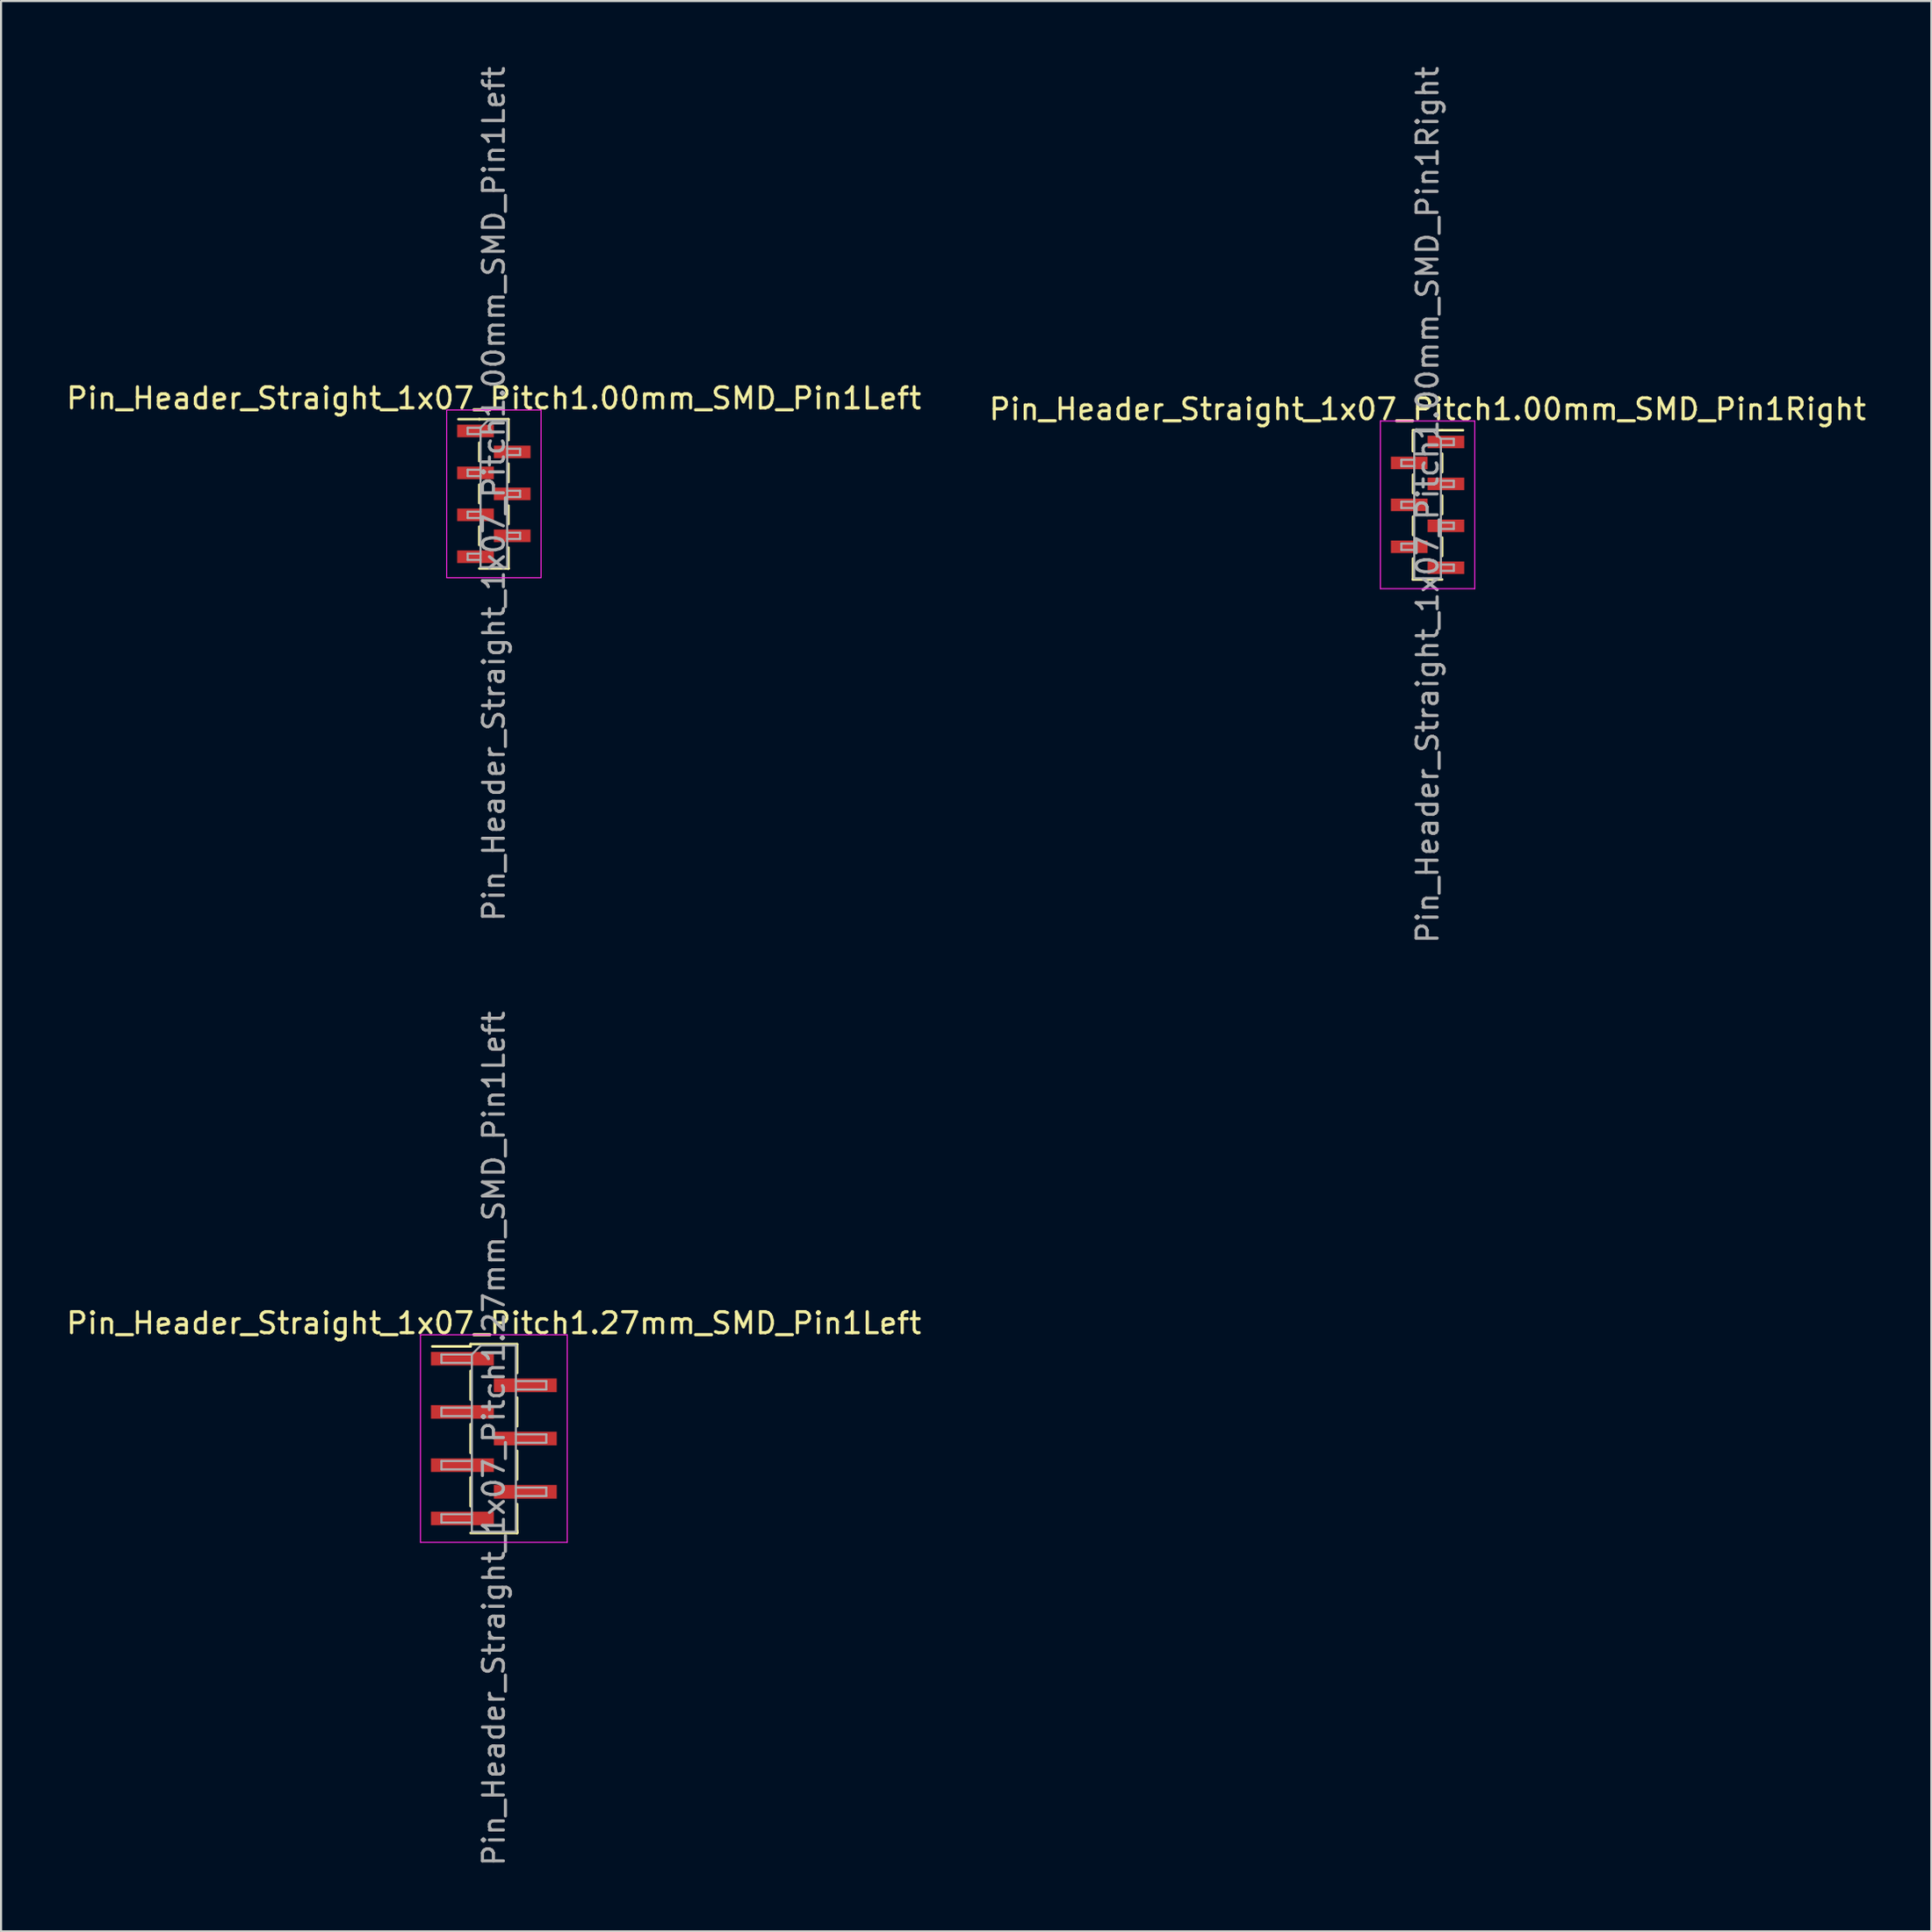
<source format=kicad_pcb>
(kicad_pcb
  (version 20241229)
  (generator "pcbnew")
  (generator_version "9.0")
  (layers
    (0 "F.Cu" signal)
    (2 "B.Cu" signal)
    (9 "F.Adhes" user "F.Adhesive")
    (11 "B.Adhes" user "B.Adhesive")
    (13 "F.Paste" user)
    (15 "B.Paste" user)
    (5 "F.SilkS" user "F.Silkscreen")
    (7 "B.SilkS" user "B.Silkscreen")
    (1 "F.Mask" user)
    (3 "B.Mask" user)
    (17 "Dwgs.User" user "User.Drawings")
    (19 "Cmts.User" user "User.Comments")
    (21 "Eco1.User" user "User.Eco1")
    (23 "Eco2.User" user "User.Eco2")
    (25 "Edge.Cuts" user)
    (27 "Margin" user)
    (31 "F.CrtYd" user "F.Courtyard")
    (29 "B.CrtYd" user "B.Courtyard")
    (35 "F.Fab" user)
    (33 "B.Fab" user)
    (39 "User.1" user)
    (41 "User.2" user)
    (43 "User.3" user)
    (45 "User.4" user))
  (footprint "Pin_Header_Straight_1x07_Pitch1.00mm_SMD_Pin1Right"
    (layer "F.Cu")
    (at 65.042 21.03)
    (property "Reference" "Pin_Header_Straight_1x07_Pitch1.00mm_SMD_Pin1Right" (at 0 -4.56 0) (layer "F.SilkS") (effects (font (size 1 1) (thickness 0.15))))
    (attr smd)
    (fp_line (start -0.695 -3.56) (end -0.695 -2.56) (stroke (width 0.12) (type solid)) (layer "F.SilkS"))
    (fp_line (start -0.695 -3.56) (end 0.695 -3.56) (stroke (width 0.12) (type solid)) (layer "F.SilkS"))
    (fp_line (start -0.695 -3.44) (end -0.695 -2.56) (stroke (width 0.12) (type solid)) (layer "F.SilkS"))
    (fp_line (start -0.695 -1.44) (end -0.695 -0.56) (stroke (width 0.12) (type solid)) (layer "F.SilkS"))
    (fp_line (start -0.695 0.56) (end -0.695 1.44) (stroke (width 0.12) (type solid)) (layer "F.SilkS"))
    (fp_line (start -0.695 2.56) (end -0.695 3.56) (stroke (width 0.12) (type solid)) (layer "F.SilkS"))
    (fp_line (start -0.695 3.56) (end -0.695 3.56) (stroke (width 0.12) (type solid)) (layer "F.SilkS"))
    (fp_line (start -0.695 3.56) (end 0.695 3.56) (stroke (width 0.12) (type solid)) (layer "F.SilkS"))
    (fp_line (start 0.695 -3.56) (end 0.695 -3.56) (stroke (width 0.12) (type solid)) (layer "F.SilkS"))
    (fp_line (start 0.695 -3.56) (end 1.69 -3.56) (stroke (width 0.12) (type solid)) (layer "F.SilkS"))
    (fp_line (start 0.695 -2.44) (end 0.695 -1.56) (stroke (width 0.12) (type solid)) (layer "F.SilkS"))
    (fp_line (start 0.695 -0.44) (end 0.695 0.44) (stroke (width 0.12) (type solid)) (layer "F.SilkS"))
    (fp_line (start 0.695 1.56) (end 0.695 2.44) (stroke (width 0.12) (type solid)) (layer "F.SilkS"))
    (fp_line (start -2.25 -4) (end -2.25 4) (stroke (width 0.05) (type solid)) (layer "F.CrtYd"))
    (fp_line (start -2.25 4) (end 2.25 4) (stroke (width 0.05) (type solid)) (layer "F.CrtYd"))
    (fp_line (start 2.25 -4) (end -2.25 -4) (stroke (width 0.05) (type solid)) (layer "F.CrtYd"))
    (fp_line (start 2.25 4) (end 2.25 -4) (stroke (width 0.05) (type solid)) (layer "F.CrtYd"))
    (fp_line (start -1.25 -2.15) (end -1.25 -1.85) (stroke (width 0.1) (type solid)) (layer "F.Fab"))
    (fp_line (start -1.25 -1.85) (end -0.635 -1.85) (stroke (width 0.1) (type solid)) (layer "F.Fab"))
    (fp_line (start -1.25 -0.15) (end -1.25 0.15) (stroke (width 0.1) (type solid)) (layer "F.Fab"))
    (fp_line (start -1.25 0.15) (end -0.635 0.15) (stroke (width 0.1) (type solid)) (layer "F.Fab"))
    (fp_line (start -1.25 1.85) (end -1.25 2.15) (stroke (width 0.1) (type solid)) (layer "F.Fab"))
    (fp_line (start -1.25 2.15) (end -0.635 2.15) (stroke (width 0.1) (type solid)) (layer "F.Fab"))
    (fp_line (start -0.635 -3.5) (end -0.635 3.5) (stroke (width 0.1) (type solid)) (layer "F.Fab"))
    (fp_line (start -0.635 -3.5) (end 0.285 -3.5) (stroke (width 0.1) (type solid)) (layer "F.Fab"))
    (fp_line (start -0.635 -2.15) (end -1.25 -2.15) (stroke (width 0.1) (type solid)) (layer "F.Fab"))
    (fp_line (start -0.635 -0.15) (end -1.25 -0.15) (stroke (width 0.1) (type solid)) (layer "F.Fab"))
    (fp_line (start -0.635 1.85) (end -1.25 1.85) (stroke (width 0.1) (type solid)) (layer "F.Fab"))
    (fp_line (start 0.635 -3.15) (end 0.285 -3.5) (stroke (width 0.1) (type solid)) (layer "F.Fab"))
    (fp_line (start 0.635 -3.15) (end 1.25 -3.15) (stroke (width 0.1) (type solid)) (layer "F.Fab"))
    (fp_line (start 0.635 -1.15) (end 1.25 -1.15) (stroke (width 0.1) (type solid)) (layer "F.Fab"))
    (fp_line (start 0.635 0.85) (end 1.25 0.85) (stroke (width 0.1) (type solid)) (layer "F.Fab"))
    (fp_line (start 0.635 2.85) (end 1.25 2.85) (stroke (width 0.1) (type solid)) (layer "F.Fab"))
    (fp_line (start 0.635 3.5) (end -0.635 3.5) (stroke (width 0.1) (type solid)) (layer "F.Fab"))
    (fp_line (start 0.635 3.5) (end 0.635 -3.15) (stroke (width 0.1) (type solid)) (layer "F.Fab"))
    (fp_line (start 1.25 -3.15) (end 1.25 -2.85) (stroke (width 0.1) (type solid)) (layer "F.Fab"))
    (fp_line (start 1.25 -2.85) (end 0.635 -2.85) (stroke (width 0.1) (type solid)) (layer "F.Fab"))
    (fp_line (start 1.25 -1.15) (end 1.25 -0.85) (stroke (width 0.1) (type solid)) (layer "F.Fab"))
    (fp_line (start 1.25 -0.85) (end 0.635 -0.85) (stroke (width 0.1) (type solid)) (layer "F.Fab"))
    (fp_line (start 1.25 0.85) (end 1.25 1.15) (stroke (width 0.1) (type solid)) (layer "F.Fab"))
    (fp_line (start 1.25 1.15) (end 0.635 1.15) (stroke (width 0.1) (type solid)) (layer "F.Fab"))
    (fp_line (start 1.25 2.85) (end 1.25 3.15) (stroke (width 0.1) (type solid)) (layer "F.Fab"))
    (fp_line (start 1.25 3.15) (end 0.635 3.15) (stroke (width 0.1) (type solid)) (layer "F.Fab"))
    (fp_text user "${REFERENCE}" (at 0 0 90) (layer "F.Fab") (effects (font (size 1 1) (thickness 0.15))))
    (pad "1" smd rect (at 0.875 -3) (size 1.75 0.6) (layers "F.Cu" "F.Mask" "F.Paste"))
    (pad "2" smd rect (at -0.875 -2) (size 1.75 0.6) (layers "F.Cu" "F.Mask" "F.Paste"))
    (pad "3" smd rect (at 0.875 -1) (size 1.75 0.6) (layers "F.Cu" "F.Mask" "F.Paste"))
    (pad "4" smd rect (at -0.875 0) (size 1.75 0.6) (layers "F.Cu" "F.Mask" "F.Paste"))
    (pad "5" smd rect (at 0.875 1) (size 1.75 0.6) (layers "F.Cu" "F.Mask" "F.Paste"))
    (pad "6" smd rect (at -0.875 2) (size 1.75 0.6) (layers "F.Cu" "F.Mask" "F.Paste"))
    (pad "7" smd rect (at 0.875 3) (size 1.75 0.6) (layers "F.Cu" "F.Mask" "F.Paste")))
  (footprint "Pin_Header_Straight_1x07_Pitch1.27mm_SMD_Pin1Left"
    (layer "F.Cu")
    (at 20.506 65.565)
    (property "Reference" "Pin_Header_Straight_1x07_Pitch1.27mm_SMD_Pin1Left" (at 0 -5.505 0) (layer "F.SilkS") (effects (font (size 1 1) (thickness 0.15))))
    (attr smd)
    (fp_line (start -1.11 -4.505) (end -1.11 -4.395) (stroke (width 0.12) (type solid)) (layer "F.SilkS"))
    (fp_line (start -1.11 -4.505) (end 1.11 -4.505) (stroke (width 0.12) (type solid)) (layer "F.SilkS"))
    (fp_line (start -1.11 -4.395) (end -2.94 -4.395) (stroke (width 0.12) (type solid)) (layer "F.SilkS"))
    (fp_line (start -1.11 -3.225) (end -1.11 -1.855) (stroke (width 0.12) (type solid)) (layer "F.SilkS"))
    (fp_line (start -1.11 -0.685) (end -1.11 0.685) (stroke (width 0.12) (type solid)) (layer "F.SilkS"))
    (fp_line (start -1.11 1.855) (end -1.11 3.225) (stroke (width 0.12) (type solid)) (layer "F.SilkS"))
    (fp_line (start -1.11 4.505) (end 1.11 4.505) (stroke (width 0.12) (type solid)) (layer "F.SilkS"))
    (fp_line (start 1.11 -4.495) (end 1.11 -3.125) (stroke (width 0.12) (type solid)) (layer "F.SilkS"))
    (fp_line (start 1.11 -1.955) (end 1.11 -0.585) (stroke (width 0.12) (type solid)) (layer "F.SilkS"))
    (fp_line (start 1.11 0.585) (end 1.11 1.955) (stroke (width 0.12) (type solid)) (layer "F.SilkS"))
    (fp_line (start 1.11 3.125) (end 1.11 4.495) (stroke (width 0.12) (type solid)) (layer "F.SilkS"))
    (fp_line (start 1.11 4.395) (end 1.11 4.505) (stroke (width 0.12) (type solid)) (layer "F.SilkS"))
    (fp_line (start -3.5 -4.95) (end -3.5 4.95) (stroke (width 0.05) (type solid)) (layer "F.CrtYd"))
    (fp_line (start -3.5 4.95) (end 3.5 4.95) (stroke (width 0.05) (type solid)) (layer "F.CrtYd"))
    (fp_line (start 3.5 -4.95) (end -3.5 -4.95) (stroke (width 0.05) (type solid)) (layer "F.CrtYd"))
    (fp_line (start 3.5 4.95) (end 3.5 -4.95) (stroke (width 0.05) (type solid)) (layer "F.CrtYd"))
    (fp_line (start -2.5 -4.01) (end -2.5 -3.61) (stroke (width 0.1) (type solid)) (layer "F.Fab"))
    (fp_line (start -2.5 -3.61) (end -1.05 -3.61) (stroke (width 0.1) (type solid)) (layer "F.Fab"))
    (fp_line (start -2.5 -1.47) (end -2.5 -1.07) (stroke (width 0.1) (type solid)) (layer "F.Fab"))
    (fp_line (start -2.5 -1.07) (end -1.05 -1.07) (stroke (width 0.1) (type solid)) (layer "F.Fab"))
    (fp_line (start -2.5 1.07) (end -2.5 1.47) (stroke (width 0.1) (type solid)) (layer "F.Fab"))
    (fp_line (start -2.5 1.47) (end -1.05 1.47) (stroke (width 0.1) (type solid)) (layer "F.Fab"))
    (fp_line (start -2.5 3.61) (end -2.5 4.01) (stroke (width 0.1) (type solid)) (layer "F.Fab"))
    (fp_line (start -2.5 4.01) (end -1.05 4.01) (stroke (width 0.1) (type solid)) (layer "F.Fab"))
    (fp_line (start -1.05 -4.01) (end -2.5 -4.01) (stroke (width 0.1) (type solid)) (layer "F.Fab"))
    (fp_line (start -1.05 -4.01) (end -0.615 -4.445) (stroke (width 0.1) (type solid)) (layer "F.Fab"))
    (fp_line (start -1.05 -1.47) (end -2.5 -1.47) (stroke (width 0.1) (type solid)) (layer "F.Fab"))
    (fp_line (start -1.05 1.07) (end -2.5 1.07) (stroke (width 0.1) (type solid)) (layer "F.Fab"))
    (fp_line (start -1.05 3.61) (end -2.5 3.61) (stroke (width 0.1) (type solid)) (layer "F.Fab"))
    (fp_line (start -1.05 4.445) (end -1.05 -4.01) (stroke (width 0.1) (type solid)) (layer "F.Fab"))
    (fp_line (start -0.615 -4.445) (end 1.05 -4.445) (stroke (width 0.1) (type solid)) (layer "F.Fab"))
    (fp_line (start 1.05 -4.445) (end 1.05 4.445) (stroke (width 0.1) (type solid)) (layer "F.Fab"))
    (fp_line (start 1.05 -2.74) (end 2.5 -2.74) (stroke (width 0.1) (type solid)) (layer "F.Fab"))
    (fp_line (start 1.05 -0.2) (end 2.5 -0.2) (stroke (width 0.1) (type solid)) (layer "F.Fab"))
    (fp_line (start 1.05 2.34) (end 2.5 2.34) (stroke (width 0.1) (type solid)) (layer "F.Fab"))
    (fp_line (start 1.05 4.445) (end -1.05 4.445) (stroke (width 0.1) (type solid)) (layer "F.Fab"))
    (fp_line (start 2.5 -2.74) (end 2.5 -2.34) (stroke (width 0.1) (type solid)) (layer "F.Fab"))
    (fp_line (start 2.5 -2.34) (end 1.05 -2.34) (stroke (width 0.1) (type solid)) (layer "F.Fab"))
    (fp_line (start 2.5 -0.2) (end 2.5 0.2) (stroke (width 0.1) (type solid)) (layer "F.Fab"))
    (fp_line (start 2.5 0.2) (end 1.05 0.2) (stroke (width 0.1) (type solid)) (layer "F.Fab"))
    (fp_line (start 2.5 2.34) (end 2.5 2.74) (stroke (width 0.1) (type solid)) (layer "F.Fab"))
    (fp_line (start 2.5 2.74) (end 1.05 2.74) (stroke (width 0.1) (type solid)) (layer "F.Fab"))
    (fp_text user "${REFERENCE}" (at 0 0 90) (layer "F.Fab") (effects (font (size 1 1) (thickness 0.15))))
    (pad "1" smd rect (at -1.5 -3.81) (size 3 0.65) (layers "F.Cu" "F.Mask" "F.Paste"))
    (pad "2" smd rect (at 1.5 -2.54) (size 3 0.65) (layers "F.Cu" "F.Mask" "F.Paste"))
    (pad "3" smd rect (at -1.5 -1.27) (size 3 0.65) (layers "F.Cu" "F.Mask" "F.Paste"))
    (pad "4" smd rect (at 1.5 0) (size 3 0.65) (layers "F.Cu" "F.Mask" "F.Paste"))
    (pad "5" smd rect (at -1.5 1.27) (size 3 0.65) (layers "F.Cu" "F.Mask" "F.Paste"))
    (pad "6" smd rect (at 1.5 2.54) (size 3 0.65) (layers "F.Cu" "F.Mask" "F.Paste"))
    (pad "7" smd rect (at -1.5 3.81) (size 3 0.65) (layers "F.Cu" "F.Mask" "F.Paste")))
  (footprint "Pin_Header_Straight_1x07_Pitch1.00mm_SMD_Pin1Left"
    (layer "F.Cu")
    (at 20.506 20.506)
    (property "Reference" "Pin_Header_Straight_1x07_Pitch1.00mm_SMD_Pin1Left" (at 0 -4.56 0) (layer "F.SilkS") (effects (font (size 1 1) (thickness 0.15))))
    (attr smd)
    (fp_line (start -0.695 -3.56) (end -1.69 -3.56) (stroke (width 0.12) (type solid)) (layer "F.SilkS"))
    (fp_line (start -0.695 -3.56) (end -0.695 -3.56) (stroke (width 0.12) (type solid)) (layer "F.SilkS"))
    (fp_line (start -0.695 -3.56) (end 0.695 -3.56) (stroke (width 0.12) (type solid)) (layer "F.SilkS"))
    (fp_line (start -0.695 -2.44) (end -0.695 -1.56) (stroke (width 0.12) (type solid)) (layer "F.SilkS"))
    (fp_line (start -0.695 -0.44) (end -0.695 0.44) (stroke (width 0.12) (type solid)) (layer "F.SilkS"))
    (fp_line (start -0.695 1.56) (end -0.695 2.44) (stroke (width 0.12) (type solid)) (layer "F.SilkS"))
    (fp_line (start -0.695 3.56) (end 0.695 3.56) (stroke (width 0.12) (type solid)) (layer "F.SilkS"))
    (fp_line (start 0.695 -3.56) (end 0.695 -2.56) (stroke (width 0.12) (type solid)) (layer "F.SilkS"))
    (fp_line (start 0.695 -1.44) (end 0.695 -0.56) (stroke (width 0.12) (type solid)) (layer "F.SilkS"))
    (fp_line (start 0.695 0.56) (end 0.695 1.44) (stroke (width 0.12) (type solid)) (layer "F.SilkS"))
    (fp_line (start 0.695 2.56) (end 0.695 3.56) (stroke (width 0.12) (type solid)) (layer "F.SilkS"))
    (fp_line (start 0.695 3.56) (end 0.695 3.56) (stroke (width 0.12) (type solid)) (layer "F.SilkS"))
    (fp_line (start -2.25 -4) (end -2.25 4) (stroke (width 0.05) (type solid)) (layer "F.CrtYd"))
    (fp_line (start -2.25 4) (end 2.25 4) (stroke (width 0.05) (type solid)) (layer "F.CrtYd"))
    (fp_line (start 2.25 -4) (end -2.25 -4) (stroke (width 0.05) (type solid)) (layer "F.CrtYd"))
    (fp_line (start 2.25 4) (end 2.25 -4) (stroke (width 0.05) (type solid)) (layer "F.CrtYd"))
    (fp_line (start -1.25 -3.15) (end -1.25 -2.85) (stroke (width 0.1) (type solid)) (layer "F.Fab"))
    (fp_line (start -1.25 -2.85) (end -0.635 -2.85) (stroke (width 0.1) (type solid)) (layer "F.Fab"))
    (fp_line (start -1.25 -1.15) (end -1.25 -0.85) (stroke (width 0.1) (type solid)) (layer "F.Fab"))
    (fp_line (start -1.25 -0.85) (end -0.635 -0.85) (stroke (width 0.1) (type solid)) (layer "F.Fab"))
    (fp_line (start -1.25 0.85) (end -1.25 1.15) (stroke (width 0.1) (type solid)) (layer "F.Fab"))
    (fp_line (start -1.25 1.15) (end -0.635 1.15) (stroke (width 0.1) (type solid)) (layer "F.Fab"))
    (fp_line (start -1.25 2.85) (end -1.25 3.15) (stroke (width 0.1) (type solid)) (layer "F.Fab"))
    (fp_line (start -1.25 3.15) (end -0.635 3.15) (stroke (width 0.1) (type solid)) (layer "F.Fab"))
    (fp_line (start -0.635 -3.15) (end -1.25 -3.15) (stroke (width 0.1) (type solid)) (layer "F.Fab"))
    (fp_line (start -0.635 -3.15) (end -0.285 -3.5) (stroke (width 0.1) (type solid)) (layer "F.Fab"))
    (fp_line (start -0.635 -1.15) (end -1.25 -1.15) (stroke (width 0.1) (type solid)) (layer "F.Fab"))
    (fp_line (start -0.635 0.85) (end -1.25 0.85) (stroke (width 0.1) (type solid)) (layer "F.Fab"))
    (fp_line (start -0.635 2.85) (end -1.25 2.85) (stroke (width 0.1) (type solid)) (layer "F.Fab"))
    (fp_line (start -0.635 3.5) (end -0.635 -3.15) (stroke (width 0.1) (type solid)) (layer "F.Fab"))
    (fp_line (start -0.285 -3.5) (end 0.635 -3.5) (stroke (width 0.1) (type solid)) (layer "F.Fab"))
    (fp_line (start 0.635 -3.5) (end 0.635 3.5) (stroke (width 0.1) (type solid)) (layer "F.Fab"))
    (fp_line (start 0.635 -2.15) (end 1.25 -2.15) (stroke (width 0.1) (type solid)) (layer "F.Fab"))
    (fp_line (start 0.635 -0.15) (end 1.25 -0.15) (stroke (width 0.1) (type solid)) (layer "F.Fab"))
    (fp_line (start 0.635 1.85) (end 1.25 1.85) (stroke (width 0.1) (type solid)) (layer "F.Fab"))
    (fp_line (start 0.635 3.5) (end -0.635 3.5) (stroke (width 0.1) (type solid)) (layer "F.Fab"))
    (fp_line (start 1.25 -2.15) (end 1.25 -1.85) (stroke (width 0.1) (type solid)) (layer "F.Fab"))
    (fp_line (start 1.25 -1.85) (end 0.635 -1.85) (stroke (width 0.1) (type solid)) (layer "F.Fab"))
    (fp_line (start 1.25 -0.15) (end 1.25 0.15) (stroke (width 0.1) (type solid)) (layer "F.Fab"))
    (fp_line (start 1.25 0.15) (end 0.635 0.15) (stroke (width 0.1) (type solid)) (layer "F.Fab"))
    (fp_line (start 1.25 1.85) (end 1.25 2.15) (stroke (width 0.1) (type solid)) (layer "F.Fab"))
    (fp_line (start 1.25 2.15) (end 0.635 2.15) (stroke (width 0.1) (type solid)) (layer "F.Fab"))
    (fp_text user "${REFERENCE}" (at 0 0 90) (layer "F.Fab") (effects (font (size 1 1) (thickness 0.15))))
    (pad "1" smd rect (at -0.875 -3) (size 1.75 0.6) (layers "F.Cu" "F.Mask" "F.Paste"))
    (pad "2" smd rect (at 0.875 -2) (size 1.75 0.6) (layers "F.Cu" "F.Mask" "F.Paste"))
    (pad "3" smd rect (at -0.875 -1) (size 1.75 0.6) (layers "F.Cu" "F.Mask" "F.Paste"))
    (pad "4" smd rect (at 0.875 0) (size 1.75 0.6) (layers "F.Cu" "F.Mask" "F.Paste"))
    (pad "5" smd rect (at -0.875 1) (size 1.75 0.6) (layers "F.Cu" "F.Mask" "F.Paste"))
    (pad "6" smd rect (at 0.875 2) (size 1.75 0.6) (layers "F.Cu" "F.Mask" "F.Paste"))
    (pad "7" smd rect (at -0.875 3) (size 1.75 0.6) (layers "F.Cu" "F.Mask" "F.Paste")))
  (gr_rect
    (start -3 -3)
    (end 89.071 89.071)
    (stroke (width 0.1) (type default))
    (fill no)
    (layer "Edge.Cuts")))
</source>
